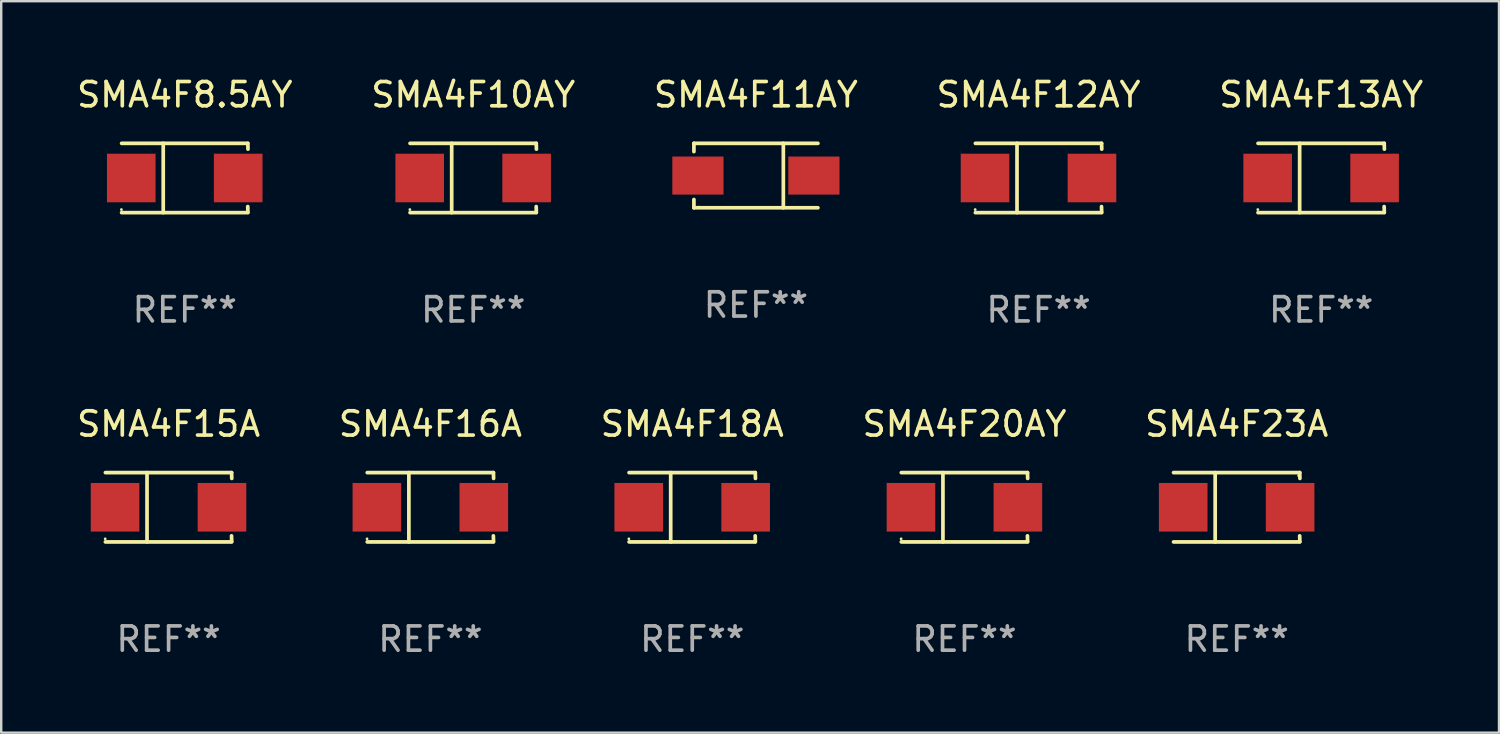
<source format=kicad_pcb>
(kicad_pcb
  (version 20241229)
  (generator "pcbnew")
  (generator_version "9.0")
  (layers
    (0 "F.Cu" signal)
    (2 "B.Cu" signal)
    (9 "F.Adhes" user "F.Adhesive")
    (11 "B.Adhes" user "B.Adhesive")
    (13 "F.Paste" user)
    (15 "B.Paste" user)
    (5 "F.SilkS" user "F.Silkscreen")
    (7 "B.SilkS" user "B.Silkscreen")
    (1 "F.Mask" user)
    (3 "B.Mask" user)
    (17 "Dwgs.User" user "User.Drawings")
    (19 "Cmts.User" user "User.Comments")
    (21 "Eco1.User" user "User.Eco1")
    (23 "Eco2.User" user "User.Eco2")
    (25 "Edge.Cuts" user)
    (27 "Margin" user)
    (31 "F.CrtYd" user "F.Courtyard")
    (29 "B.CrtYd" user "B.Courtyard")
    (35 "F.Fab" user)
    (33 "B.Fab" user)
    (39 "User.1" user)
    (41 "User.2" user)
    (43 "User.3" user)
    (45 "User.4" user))
  (footprint "SMA4F23A"
    (layer "F.Cu")
    (at 47.839 17.823)
    (property "Reference" "SMA4F23A" (at 0 -3.426 0) (layer "F.SilkS") (effects (font (size 1 1) (thickness 0.15))))
    (attr through_hole)
    (fp_line (start -2.6 -1.426) (end 2.593 -1.426) (stroke (width 0.152) (type solid)) (layer "F.SilkS"))
    (fp_line (start -2.6 1.426) (end 2.593 1.426) (stroke (width 0.152) (type solid)) (layer "F.SilkS"))
    (fp_line (start -0.887 -1.426) (end -0.887 1.426) (stroke (width 0.152) (type solid)) (layer "F.SilkS"))
    (fp_line (start 2.59 1.176) (end 2.597 1.415) (stroke (width 0.152) (type solid)) (layer "F.SilkS"))
    (fp_line (start 2.593 -1.426) (end 2.6 -1.187) (stroke (width 0.152) (type solid)) (layer "F.SilkS"))
    (fp_circle (center 2.547 -1.3) (end 2.577 -1.3) (stroke (width 0.06) (type solid)) (fill no) (layer "F.SilkS"))
    (fp_text user "REF**" (at 0 5.426 0) (layer "F.Fab") (effects (font (size 1 1) (thickness 0.15))))
    (pad "1" smd rect (at 2.197 -0.000025 180) (size 2 2) (layers "F.Cu" "F.Mask" "F.Paste"))
    (pad "2" smd rect (at -2.203 -0.000025 180) (size 2 2) (layers "F.Cu" "F.Mask" "F.Paste")))
  (footprint "SMA4F20AY"
    (layer "F.Cu")
    (at 36.637 17.823)
    (property "Reference" "SMA4F20AY" (at 0 -3.426 0) (layer "F.SilkS") (effects (font (size 1 1) (thickness 0.15))))
    (attr through_hole)
    (fp_line (start -2.6 -1.426) (end 2.593 -1.426) (stroke (width 0.152) (type solid)) (layer "F.SilkS"))
    (fp_line (start -2.6 1.426) (end 2.593 1.426) (stroke (width 0.152) (type solid)) (layer "F.SilkS"))
    (fp_line (start -0.887 -1.426) (end -0.887 1.426) (stroke (width 0.152) (type solid)) (layer "F.SilkS"))
    (fp_line (start 2.59 1.176) (end 2.597 1.415) (stroke (width 0.152) (type solid)) (layer "F.SilkS"))
    (fp_line (start 2.593 -1.426) (end 2.6 -1.187) (stroke (width 0.152) (type solid)) (layer "F.SilkS"))
    (fp_circle (center -2.608 1.3) (end -2.578 1.3) (stroke (width 0.06) (type solid)) (fill no) (layer "F.SilkS"))
    (fp_text user "REF**" (at 0 5.426 0) (layer "F.Fab") (effects (font (size 1 1) (thickness 0.15))))
    (pad "1" smd rect (at -2.203 0 180) (size 2 2) (layers "F.Cu" "F.Mask" "F.Paste"))
    (pad "2" smd rect (at 2.197 0 180) (size 2 2) (layers "F.Cu" "F.Mask" "F.Paste")))
  (footprint "SMA4F16A"
    (layer "F.Cu")
    (at 14.661 17.823)
    (property "Reference" "SMA4F16A" (at 0 -3.426 0) (layer "F.SilkS") (effects (font (size 1 1) (thickness 0.15))))
    (attr through_hole)
    (fp_line (start -2.6 -1.426) (end 2.593 -1.426) (stroke (width 0.152) (type solid)) (layer "F.SilkS"))
    (fp_line (start -2.6 1.426) (end 2.593 1.426) (stroke (width 0.152) (type solid)) (layer "F.SilkS"))
    (fp_line (start -0.887 -1.426) (end -0.887 1.426) (stroke (width 0.152) (type solid)) (layer "F.SilkS"))
    (fp_line (start 2.59 1.176) (end 2.597 1.415) (stroke (width 0.152) (type solid)) (layer "F.SilkS"))
    (fp_line (start 2.593 -1.426) (end 2.6 -1.187) (stroke (width 0.152) (type solid)) (layer "F.SilkS"))
    (fp_circle (center -2.608 1.3) (end -2.578 1.3) (stroke (width 0.06) (type solid)) (fill no) (layer "F.SilkS"))
    (fp_text user "REF**" (at 0 5.426 0) (layer "F.Fab") (effects (font (size 1 1) (thickness 0.15))))
    (pad "1" smd rect (at -2.203 0 180) (size 2 2) (layers "F.Cu" "F.Mask" "F.Paste"))
    (pad "2" smd rect (at 2.197 0 180) (size 2 2) (layers "F.Cu" "F.Mask" "F.Paste")))
  (footprint "SMA4F12AY"
    (layer "F.Cu")
    (at 39.685 4.274)
    (property "Reference" "SMA4F12AY" (at 0 -3.426 0) (layer "F.SilkS") (effects (font (size 1 1) (thickness 0.15))))
    (attr through_hole)
    (fp_line (start -2.6 -1.426) (end 2.593 -1.426) (stroke (width 0.152) (type solid)) (layer "F.SilkS"))
    (fp_line (start -2.6 1.426) (end 2.593 1.426) (stroke (width 0.152) (type solid)) (layer "F.SilkS"))
    (fp_line (start -0.887 -1.426) (end -0.887 1.426) (stroke (width 0.152) (type solid)) (layer "F.SilkS"))
    (fp_line (start 2.59 1.176) (end 2.597 1.415) (stroke (width 0.152) (type solid)) (layer "F.SilkS"))
    (fp_line (start 2.593 -1.426) (end 2.6 -1.187) (stroke (width 0.152) (type solid)) (layer "F.SilkS"))
    (fp_circle (center -2.608 1.3) (end -2.578 1.3) (stroke (width 0.06) (type solid)) (fill no) (layer "F.SilkS"))
    (fp_text user "REF**" (at 0 5.426 0) (layer "F.Fab") (effects (font (size 1 1) (thickness 0.15))))
    (pad "1" smd rect (at -2.203 0 180) (size 2 2) (layers "F.Cu" "F.Mask" "F.Paste"))
    (pad "2" smd rect (at 2.197 0 180) (size 2 2) (layers "F.Cu" "F.Mask" "F.Paste")))
  (footprint "SMA4F10AY"
    (layer "F.Cu")
    (at 16.423 4.274)
    (property "Reference" "SMA4F10AY" (at 0 -3.426 0) (layer "F.SilkS") (effects (font (size 1 1) (thickness 0.15))))
    (attr through_hole)
    (fp_line (start -2.6 -1.426) (end 2.593 -1.426) (stroke (width 0.152) (type solid)) (layer "F.SilkS"))
    (fp_line (start -2.6 1.426) (end 2.593 1.426) (stroke (width 0.152) (type solid)) (layer "F.SilkS"))
    (fp_line (start -0.887 -1.426) (end -0.887 1.426) (stroke (width 0.152) (type solid)) (layer "F.SilkS"))
    (fp_line (start 2.59 1.176) (end 2.597 1.415) (stroke (width 0.152) (type solid)) (layer "F.SilkS"))
    (fp_line (start 2.593 -1.426) (end 2.6 -1.187) (stroke (width 0.152) (type solid)) (layer "F.SilkS"))
    (fp_circle (center -2.608 1.3) (end -2.578 1.3) (stroke (width 0.06) (type solid)) (fill no) (layer "F.SilkS"))
    (fp_text user "REF**" (at 0 5.426 0) (layer "F.Fab") (effects (font (size 1 1) (thickness 0.15))))
    (pad "1" smd rect (at -2.203 0 180) (size 2 2) (layers "F.Cu" "F.Mask" "F.Paste"))
    (pad "2" smd rect (at 2.197 0 180) (size 2 2) (layers "F.Cu" "F.Mask" "F.Paste")))
  (footprint "SMA4F8.5AY"
    (layer "F.Cu")
    (at 4.554 4.274)
    (property "Reference" "SMA4F8.5AY" (at 0 -3.426 0) (layer "F.SilkS") (effects (font (size 1 1) (thickness 0.15))))
    (attr through_hole)
    (fp_line (start -2.6 -1.426) (end 2.593 -1.426) (stroke (width 0.152) (type solid)) (layer "F.SilkS"))
    (fp_line (start -2.6 1.426) (end 2.593 1.426) (stroke (width 0.152) (type solid)) (layer "F.SilkS"))
    (fp_line (start -0.887 -1.426) (end -0.887 1.426) (stroke (width 0.152) (type solid)) (layer "F.SilkS"))
    (fp_line (start 2.59 1.176) (end 2.597 1.415) (stroke (width 0.152) (type solid)) (layer "F.SilkS"))
    (fp_line (start 2.593 -1.426) (end 2.6 -1.187) (stroke (width 0.152) (type solid)) (layer "F.SilkS"))
    (fp_circle (center -2.608 1.3) (end -2.578 1.3) (stroke (width 0.06) (type solid)) (fill no) (layer "F.SilkS"))
    (fp_text user "REF**" (at 0 5.426 0) (layer "F.Fab") (effects (font (size 1 1) (thickness 0.15))))
    (pad "1" smd rect (at -2.203 0 180) (size 2 2) (layers "F.Cu" "F.Mask" "F.Paste"))
    (pad "2" smd rect (at 2.197 0 180) (size 2 2) (layers "F.Cu" "F.Mask" "F.Paste")))
  (footprint "SMA4F13AY"
    (layer "F.Cu")
    (at 51.315 4.274)
    (property "Reference" "SMA4F13AY" (at 0 -3.426 0) (layer "F.SilkS") (effects (font (size 1 1) (thickness 0.15))))
    (attr through_hole)
    (fp_line (start -2.6 -1.426) (end 2.593 -1.426) (stroke (width 0.152) (type solid)) (layer "F.SilkS"))
    (fp_line (start -2.6 1.426) (end 2.593 1.426) (stroke (width 0.152) (type solid)) (layer "F.SilkS"))
    (fp_line (start -0.887 -1.426) (end -0.887 1.426) (stroke (width 0.152) (type solid)) (layer "F.SilkS"))
    (fp_line (start 2.59 1.176) (end 2.597 1.415) (stroke (width 0.152) (type solid)) (layer "F.SilkS"))
    (fp_line (start 2.593 -1.426) (end 2.6 -1.187) (stroke (width 0.152) (type solid)) (layer "F.SilkS"))
    (fp_circle (center -2.608 1.3) (end -2.578 1.3) (stroke (width 0.06) (type solid)) (fill no) (layer "F.SilkS"))
    (fp_text user "REF**" (at 0 5.426 0) (layer "F.Fab") (effects (font (size 1 1) (thickness 0.15))))
    (pad "1" smd rect (at -2.203 0 180) (size 2 2) (layers "F.Cu" "F.Mask" "F.Paste"))
    (pad "2" smd rect (at 2.197 0 180) (size 2 2) (layers "F.Cu" "F.Mask" "F.Paste")))
  (footprint "SMA4F15A"
    (layer "F.Cu")
    (at 3.887 17.823)
    (property "Reference" "SMA4F15A" (at 0 -3.426 0) (layer "F.SilkS") (effects (font (size 1 1) (thickness 0.15))))
    (attr through_hole)
    (fp_line (start -2.6 -1.426) (end 2.593 -1.426) (stroke (width 0.152) (type solid)) (layer "F.SilkS"))
    (fp_line (start -2.6 1.426) (end 2.593 1.426) (stroke (width 0.152) (type solid)) (layer "F.SilkS"))
    (fp_line (start -0.887 -1.426) (end -0.887 1.426) (stroke (width 0.152) (type solid)) (layer "F.SilkS"))
    (fp_line (start 2.59 1.176) (end 2.597 1.415) (stroke (width 0.152) (type solid)) (layer "F.SilkS"))
    (fp_line (start 2.593 -1.426) (end 2.6 -1.187) (stroke (width 0.152) (type solid)) (layer "F.SilkS"))
    (fp_circle (center -2.608 1.3) (end -2.578 1.3) (stroke (width 0.06) (type solid)) (fill no) (layer "F.SilkS"))
    (fp_text user "REF**" (at 0 5.426 0) (layer "F.Fab") (effects (font (size 1 1) (thickness 0.15))))
    (pad "1" smd rect (at -2.203 0 180) (size 2 2) (layers "F.Cu" "F.Mask" "F.Paste"))
    (pad "2" smd rect (at 2.197 0 180) (size 2 2) (layers "F.Cu" "F.Mask" "F.Paste")))
  (footprint "SMA4F11AY"
    (layer "F.Cu")
    (at 28.054 4.174)
    (property "Reference" "SMA4F11AY" (at 0 -3.326 0) (layer "F.SilkS") (effects (font (size 1 1) (thickness 0.15))))
    (attr through_hole)
    (fp_line (start -2.551 -1.326) (end -2.551 -0.986) (stroke (width 0.152) (type solid)) (layer "F.SilkS"))
    (fp_line (start -2.551 1.326) (end -2.551 0.986) (stroke (width 0.152) (type solid)) (layer "F.SilkS"))
    (fp_line (start 1.129 1.326) (end 1.129 -1.326) (stroke (width 0.152) (type solid)) (layer "F.SilkS"))
    (fp_line (start 2.551 -1.326) (end -2.551 -1.326) (stroke (width 0.152) (type solid)) (layer "F.SilkS"))
    (fp_line (start 2.551 1.326) (end -2.551 1.326) (stroke (width 0.152) (type solid)) (layer "F.SilkS"))
    (fp_circle (center -2.35 1.3) (end -2.32 1.3) (stroke (width 0.06) (type solid)) (fill no) (layer "F.SilkS"))
    (fp_text user "REF**" (at 0 5.326 0) (layer "F.Fab") (effects (font (size 1 1) (thickness 0.15))))
    (pad "1" smd rect (at -2.386 0) (size 2.107 1.566) (layers "F.Cu" "F.Mask" "F.Paste"))
    (pad "2" smd rect (at 2.386 0) (size 2.107 1.566) (layers "F.Cu" "F.Mask" "F.Paste")))
  (footprint "SMA4F18A"
    (layer "F.Cu")
    (at 25.435 17.823)
    (property "Reference" "SMA4F18A" (at 0 -3.426 0) (layer "F.SilkS") (effects (font (size 1 1) (thickness 0.15))))
    (attr through_hole)
    (fp_line (start -2.6 -1.426) (end 2.593 -1.426) (stroke (width 0.152) (type solid)) (layer "F.SilkS"))
    (fp_line (start -2.6 1.426) (end 2.593 1.426) (stroke (width 0.152) (type solid)) (layer "F.SilkS"))
    (fp_line (start -0.887 -1.426) (end -0.887 1.426) (stroke (width 0.152) (type solid)) (layer "F.SilkS"))
    (fp_line (start 2.59 1.176) (end 2.597 1.415) (stroke (width 0.152) (type solid)) (layer "F.SilkS"))
    (fp_line (start 2.593 -1.426) (end 2.6 -1.187) (stroke (width 0.152) (type solid)) (layer "F.SilkS"))
    (fp_circle (center -2.608 1.3) (end -2.578 1.3) (stroke (width 0.06) (type solid)) (fill no) (layer "F.SilkS"))
    (fp_text user "REF**" (at 0 5.426 0) (layer "F.Fab") (effects (font (size 1 1) (thickness 0.15))))
    (pad "1" smd rect (at -2.203 0 180) (size 2 2) (layers "F.Cu" "F.Mask" "F.Paste"))
    (pad "2" smd rect (at 2.197 0 180) (size 2 2) (layers "F.Cu" "F.Mask" "F.Paste")))
  (gr_rect
    (start -3 -3)
    (end 58.631 27.098)
    (stroke (width 0.1) (type default))
    (fill no)
    (layer "Edge.Cuts")))
</source>
